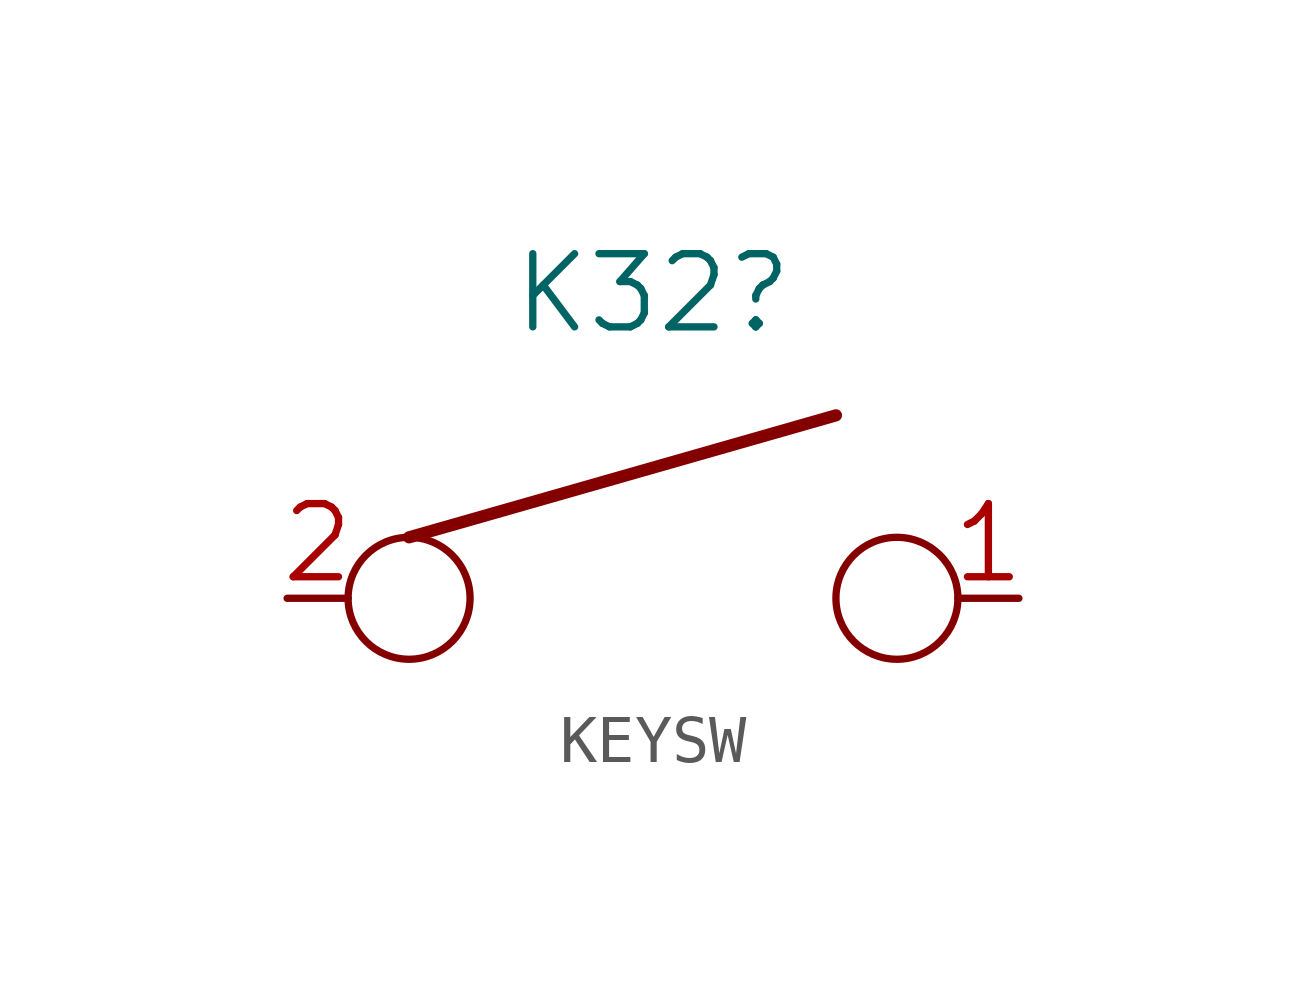
<source format=kicad_sym>
(kicad_symbol_lib
  (version 20211014)
  (generator kicad_symbol_editor)
  (symbol "KEYSW"
    (pin_names
      (offset 1.016))
    (property "Reference" "K32"
      (at 0 6.35 0)
      (effects (font (size 1.524 1.524))))
    (property "Datasheet" ""
      (at 0 0 0)
      (effects (font (size 1.524 1.524))))
    (symbol "KEYSW_0_1"
      (circle (center -5.08 0) (radius 1.27) (stroke (width 0) (type default) (color 0 0 0 0)) (fill (type none)))
      (polyline (pts (xy -5.08 1.27) (xy 3.81 3.81)) (stroke (width 0.254) (type default) (color 0 0 0 0)) (fill (type none)))
      (circle (center 5.08 0) (radius 1.27) (stroke (width 0) (type default) (color 0 0 0 0)) (fill (type none))))
    (symbol "KEYSW_1_1"
      (pin passive line (at 7.62 0 180) (length 1.27) (name "~" (effects (font (size 1.524 1.524)))) (number "1" (effects (font (size 1.524 1.524)))))
      (pin passive line (at -7.62 0 0) (length 1.27) (name "~" (effects (font (size 1.524 1.524)))) (number "2" (effects (font (size 1.524 1.524))))))))
</source>
